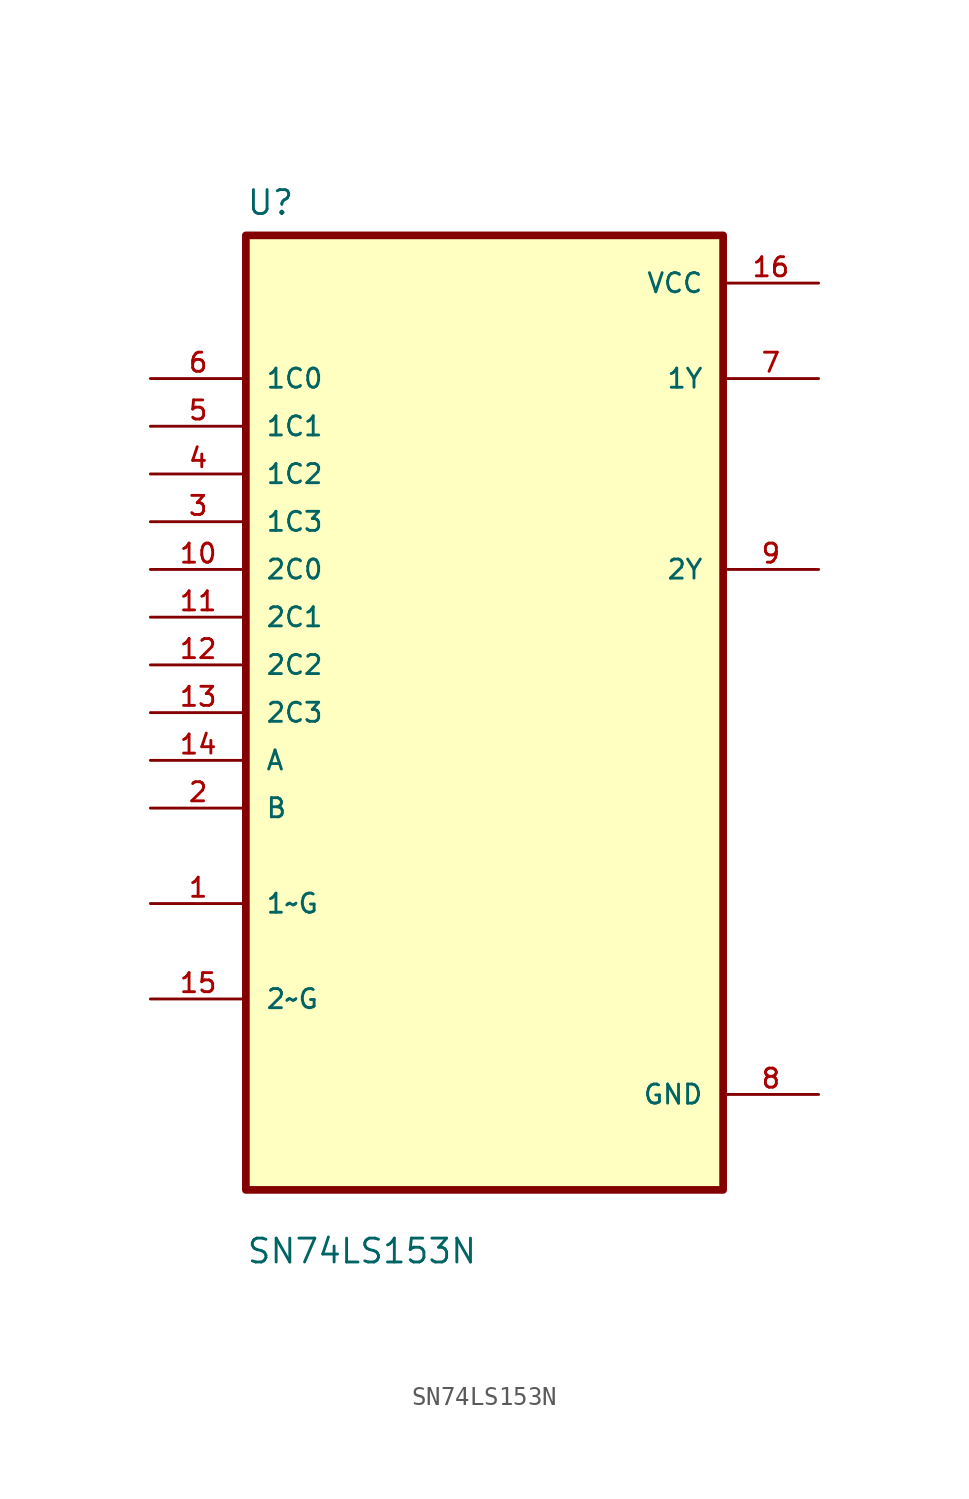
<source format=kicad_sym>
(kicad_symbol_lib
  (version 20211014)
  (generator kicad_symbol_editor)
  (symbol "SN74LS153N"
    (pin_names
      (offset 1.016))
    (property "Reference" "U"
      (at -12.7 26.4 0.0)
      (effects (font (size 1.27 1.27)) (justify bottom left)))
    (property "Value" "SN74LS153N"
      (at -12.7 -29.4 0.0)
      (effects (font (size 1.27 1.27)) (justify bottom left)))
    (symbol "SN74LS153N_0_0"
      (rectangle (start -12.7 -25.4) (end 12.7 25.4) (stroke (width 0.41)) (fill (type background)))
      (pin input line (at -17.78 17.78 0) (length 5.08) (name "1C0" (effects (font (size 1.016 1.016)))) (number "6" (effects (font (size 1.016 1.016)))))
      (pin input line (at -17.78 15.24 0) (length 5.08) (name "1C1" (effects (font (size 1.016 1.016)))) (number "5" (effects (font (size 1.016 1.016)))))
      (pin input line (at -17.78 12.7 0) (length 5.08) (name "1C2" (effects (font (size 1.016 1.016)))) (number "4" (effects (font (size 1.016 1.016)))))
      (pin input line (at -17.78 10.16 0) (length 5.08) (name "1C3" (effects (font (size 1.016 1.016)))) (number "3" (effects (font (size 1.016 1.016)))))
      (pin input line (at -17.78 7.62 0) (length 5.08) (name "2C0" (effects (font (size 1.016 1.016)))) (number "10" (effects (font (size 1.016 1.016)))))
      (pin input line (at -17.78 5.08 0) (length 5.08) (name "2C1" (effects (font (size 1.016 1.016)))) (number "11" (effects (font (size 1.016 1.016)))))
      (pin input line (at -17.78 2.54 0) (length 5.08) (name "2C2" (effects (font (size 1.016 1.016)))) (number "12" (effects (font (size 1.016 1.016)))))
      (pin input line (at -17.78 3.55271e-15 0) (length 5.08) (name "2C3" (effects (font (size 1.016 1.016)))) (number "13" (effects (font (size 1.016 1.016)))))
      (pin input line (at -17.78 -2.54 0) (length 5.08) (name "A" (effects (font (size 1.016 1.016)))) (number "14" (effects (font (size 1.016 1.016)))))
      (pin input line (at -17.78 -5.08 0) (length 5.08) (name "B" (effects (font (size 1.016 1.016)))) (number "2" (effects (font (size 1.016 1.016)))))
      (pin bidirectional line (at -17.78 -10.16 0) (length 5.08) (name "1~G" (effects (font (size 1.016 1.016)))) (number "1" (effects (font (size 1.016 1.016)))))
      (pin bidirectional line (at -17.78 -15.24 0) (length 5.08) (name "2~G" (effects (font (size 1.016 1.016)))) (number "15" (effects (font (size 1.016 1.016)))))
      (pin power_in line (at 17.78 22.86 180.0) (length 5.08) (name "VCC" (effects (font (size 1.016 1.016)))) (number "16" (effects (font (size 1.016 1.016)))))
      (pin output line (at 17.78 17.78 180.0) (length 5.08) (name "1Y" (effects (font (size 1.016 1.016)))) (number "7" (effects (font (size 1.016 1.016)))))
      (pin output line (at 17.78 7.62 180.0) (length 5.08) (name "2Y" (effects (font (size 1.016 1.016)))) (number "9" (effects (font (size 1.016 1.016)))))
      (pin power_in line (at 17.78 -20.32 180.0) (length 5.08) (name "GND" (effects (font (size 1.016 1.016)))) (number "8" (effects (font (size 1.016 1.016))))))))
</source>
